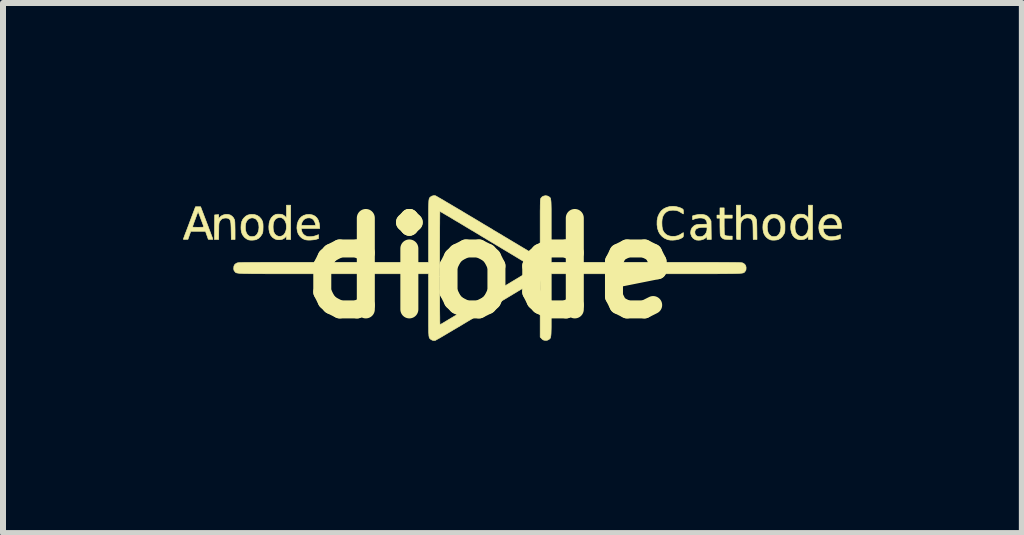
<source format=kicad_pcb>
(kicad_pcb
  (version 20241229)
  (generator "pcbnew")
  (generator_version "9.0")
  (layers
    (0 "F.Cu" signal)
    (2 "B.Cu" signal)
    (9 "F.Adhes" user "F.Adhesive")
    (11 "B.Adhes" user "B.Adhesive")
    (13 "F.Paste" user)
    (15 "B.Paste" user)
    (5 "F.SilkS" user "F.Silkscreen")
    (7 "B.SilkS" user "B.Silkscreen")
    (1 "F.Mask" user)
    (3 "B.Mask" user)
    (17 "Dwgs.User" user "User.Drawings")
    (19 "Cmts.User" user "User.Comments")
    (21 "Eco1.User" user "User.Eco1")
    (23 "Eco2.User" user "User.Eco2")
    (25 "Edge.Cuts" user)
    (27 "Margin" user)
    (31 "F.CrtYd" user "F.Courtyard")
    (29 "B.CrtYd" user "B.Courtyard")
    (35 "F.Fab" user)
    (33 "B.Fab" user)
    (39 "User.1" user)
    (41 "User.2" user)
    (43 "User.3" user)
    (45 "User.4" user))
  (footprint "diode"
    (layer "F.Cu")
    (at 5.116 1.418)
    (property "Reference" "diode" (at 0 0 0) (layer "F.SilkS") (effects (font (size 1.524 1.524) (thickness 0.3))))
    (attr through_hole)
    (fp_poly (pts (xy 3.905 -0.883) (xy 4.039 -0.883) (xy 4.039 -0.832) (xy 3.905 -0.832) (xy 3.905 -0.697) (xy 3.906 -0.657) (xy 3.906 -0.62) (xy 3.907 -0.59) (xy 3.908 -0.568) (xy 3.91 -0.556) (xy 3.91 -0.555) (xy 3.924 -0.544) (xy 3.946 -0.536) (xy 3.98 -0.534) (xy 3.991 -0.533) (xy 4.039 -0.533) (xy 4.039 -0.476) (xy 3.98 -0.477) (xy 3.951 -0.478) (xy 3.925 -0.48) (xy 3.906 -0.482) (xy 3.901 -0.483) (xy 3.876 -0.497) (xy 3.855 -0.519) (xy 3.842 -0.545) (xy 3.84 -0.559) (xy 3.838 -0.582) (xy 3.837 -0.614) (xy 3.836 -0.651) (xy 3.835 -0.692) (xy 3.835 -0.7) (xy 3.835 -0.832) (xy 3.785 -0.832) (xy 3.785 -0.883) (xy 3.835 -0.883) (xy 3.835 -1.003) (xy 3.905 -1.003) (xy 3.905 -0.883)) (stroke (width 0.01) (type solid)) (fill yes) (layer "F.SilkS"))
    (fp_poly (pts (xy -4.33 -0.885) (xy -4.327 -0.883) (xy -4.298 -0.864) (xy -4.273 -0.836) (xy -4.257 -0.804) (xy -4.255 -0.797) (xy -4.253 -0.781) (xy -4.251 -0.756) (xy -4.25 -0.721) (xy -4.249 -0.68) (xy -4.248 -0.633) (xy -4.248 -0.623) (xy -4.248 -0.476) (xy -4.31 -0.476) (xy -4.313 -0.621) (xy -4.314 -0.674) (xy -4.316 -0.716) (xy -4.318 -0.749) (xy -4.322 -0.773) (xy -4.327 -0.791) (xy -4.334 -0.805) (xy -4.342 -0.815) (xy -4.353 -0.823) (xy -4.353 -0.823) (xy -4.376 -0.832) (xy -4.404 -0.834) (xy -4.434 -0.831) (xy -4.46 -0.823) (xy -4.484 -0.805) (xy -4.501 -0.782) (xy -4.506 -0.772) (xy -4.511 -0.763) (xy -4.514 -0.752) (xy -4.516 -0.739) (xy -4.518 -0.72) (xy -4.519 -0.694) (xy -4.519 -0.66) (xy -4.52 -0.615) (xy -4.52 -0.614) (xy -4.522 -0.476) (xy -4.591 -0.476) (xy -4.59 -0.681) (xy -4.588 -0.886) (xy -4.555 -0.888) (xy -4.521 -0.89) (xy -4.521 -0.856) (xy -4.521 -0.822) (xy -4.504 -0.844) (xy -4.478 -0.868) (xy -4.444 -0.885) (xy -4.406 -0.894) (xy -4.367 -0.894) (xy -4.33 -0.885)) (stroke (width 0.01) (type solid)) (fill yes) (layer "F.SilkS"))
    (fp_poly (pts (xy -3.321 -0.476) (xy -3.391 -0.476) (xy -3.391 -0.506) (xy -3.391 -0.537) (xy -3.405 -0.518) (xy -3.43 -0.495) (xy -3.462 -0.479) (xy -3.499 -0.472) (xy -3.538 -0.472) (xy -3.576 -0.482) (xy -3.588 -0.487) (xy -3.625 -0.513) (xy -3.653 -0.547) (xy -3.672 -0.59) (xy -3.683 -0.641) (xy -3.685 -0.689) (xy -3.685 -0.689) (xy -3.614 -0.689) (xy -3.612 -0.647) (xy -3.606 -0.613) (xy -3.595 -0.586) (xy -3.583 -0.566) (xy -3.558 -0.543) (xy -3.528 -0.53) (xy -3.494 -0.528) (xy -3.465 -0.536) (xy -3.438 -0.553) (xy -3.417 -0.581) (xy -3.402 -0.615) (xy -3.393 -0.655) (xy -3.391 -0.698) (xy -3.397 -0.742) (xy -3.401 -0.755) (xy -3.416 -0.79) (xy -3.439 -0.818) (xy -3.466 -0.836) (xy -3.497 -0.844) (xy -3.519 -0.842) (xy -3.554 -0.83) (xy -3.581 -0.808) (xy -3.6 -0.775) (xy -3.611 -0.734) (xy -3.614 -0.689) (xy -3.685 -0.689) (xy -3.68 -0.747) (xy -3.666 -0.796) (xy -3.644 -0.837) (xy -3.613 -0.869) (xy -3.595 -0.881) (xy -3.577 -0.89) (xy -3.56 -0.896) (xy -3.539 -0.898) (xy -3.518 -0.898) (xy -3.483 -0.896) (xy -3.456 -0.89) (xy -3.433 -0.877) (xy -3.411 -0.857) (xy -3.391 -0.836) (xy -3.391 -1.048) (xy -3.321 -1.048) (xy -3.321 -0.476)) (stroke (width 0.01) (type solid)) (fill yes) (layer "F.SilkS"))
    (fp_poly (pts (xy 5.378 -0.476) (xy 5.309 -0.476) (xy 5.308 -0.506) (xy 5.308 -0.537) (xy 5.295 -0.518) (xy 5.27 -0.495) (xy 5.238 -0.479) (xy 5.2 -0.472) (xy 5.162 -0.472) (xy 5.124 -0.482) (xy 5.111 -0.487) (xy 5.074 -0.513) (xy 5.046 -0.547) (xy 5.027 -0.59) (xy 5.016 -0.641) (xy 5.014 -0.689) (xy 5.014 -0.689) (xy 5.085 -0.689) (xy 5.087 -0.647) (xy 5.093 -0.613) (xy 5.104 -0.586) (xy 5.117 -0.566) (xy 5.141 -0.543) (xy 5.172 -0.53) (xy 5.205 -0.528) (xy 5.234 -0.536) (xy 5.261 -0.553) (xy 5.282 -0.581) (xy 5.298 -0.615) (xy 5.307 -0.655) (xy 5.308 -0.698) (xy 5.302 -0.742) (xy 5.299 -0.755) (xy 5.283 -0.79) (xy 5.261 -0.818) (xy 5.233 -0.836) (xy 5.202 -0.844) (xy 5.181 -0.842) (xy 5.146 -0.83) (xy 5.119 -0.808) (xy 5.1 -0.775) (xy 5.089 -0.734) (xy 5.085 -0.689) (xy 5.014 -0.689) (xy 5.019 -0.747) (xy 5.033 -0.796) (xy 5.056 -0.837) (xy 5.087 -0.869) (xy 5.104 -0.881) (xy 5.122 -0.89) (xy 5.139 -0.896) (xy 5.16 -0.898) (xy 5.182 -0.898) (xy 5.216 -0.896) (xy 5.243 -0.89) (xy 5.266 -0.877) (xy 5.288 -0.857) (xy 5.309 -0.836) (xy 5.309 -1.048) (xy 5.378 -1.048) (xy 5.378 -0.476)) (stroke (width 0.01) (type solid)) (fill yes) (layer "F.SilkS"))
    (fp_poly (pts (xy -3.004 -0.894) (xy -2.957 -0.885) (xy -2.917 -0.866) (xy -2.885 -0.837) (xy -2.861 -0.799) (xy -2.846 -0.752) (xy -2.84 -0.71) (xy -2.837 -0.66) (xy -3.145 -0.66) (xy -3.142 -0.635) (xy -3.13 -0.595) (xy -3.109 -0.563) (xy -3.079 -0.54) (xy -3.045 -0.526) (xy -3.015 -0.522) (xy -2.978 -0.523) (xy -2.939 -0.529) (xy -2.903 -0.539) (xy -2.895 -0.542) (xy -2.857 -0.557) (xy -2.857 -0.491) (xy -2.894 -0.48) (xy -2.924 -0.473) (xy -2.959 -0.469) (xy -2.996 -0.466) (xy -3.032 -0.466) (xy -3.061 -0.469) (xy -3.077 -0.472) (xy -3.111 -0.486) (xy -3.139 -0.503) (xy -3.163 -0.526) (xy -3.168 -0.531) (xy -3.194 -0.569) (xy -3.21 -0.615) (xy -3.217 -0.666) (xy -3.214 -0.711) (xy -3.145 -0.711) (xy -2.908 -0.711) (xy -2.908 -0.729) (xy -2.913 -0.752) (xy -2.924 -0.777) (xy -2.938 -0.801) (xy -2.947 -0.811) (xy -2.976 -0.83) (xy -3.01 -0.837) (xy -3.048 -0.834) (xy -3.056 -0.832) (xy -3.09 -0.816) (xy -3.116 -0.791) (xy -3.134 -0.757) (xy -3.14 -0.735) (xy -3.145 -0.711) (xy -3.214 -0.711) (xy -3.214 -0.719) (xy -3.213 -0.724) (xy -3.198 -0.775) (xy -3.175 -0.819) (xy -3.143 -0.853) (xy -3.105 -0.877) (xy -3.059 -0.891) (xy -3.009 -0.894) (xy -3.004 -0.894)) (stroke (width 0.01) (type solid)) (fill yes) (layer "F.SilkS"))
    (fp_poly (pts (xy 4.178 -0.831) (xy 4.207 -0.856) (xy 4.235 -0.877) (xy 4.263 -0.89) (xy 4.294 -0.895) (xy 4.324 -0.894) (xy 4.365 -0.888) (xy 4.396 -0.873) (xy 4.421 -0.848) (xy 4.433 -0.828) (xy 4.438 -0.818) (xy 4.441 -0.808) (xy 4.444 -0.796) (xy 4.446 -0.781) (xy 4.447 -0.762) (xy 4.448 -0.735) (xy 4.449 -0.699) (xy 4.45 -0.653) (xy 4.45 -0.637) (xy 4.452 -0.476) (xy 4.389 -0.476) (xy 4.387 -0.621) (xy 4.386 -0.668) (xy 4.385 -0.705) (xy 4.384 -0.732) (xy 4.382 -0.752) (xy 4.38 -0.767) (xy 4.377 -0.779) (xy 4.373 -0.788) (xy 4.372 -0.791) (xy 4.353 -0.817) (xy 4.327 -0.832) (xy 4.294 -0.836) (xy 4.284 -0.836) (xy 4.248 -0.827) (xy 4.22 -0.81) (xy 4.198 -0.782) (xy 4.197 -0.781) (xy 4.192 -0.771) (xy 4.188 -0.761) (xy 4.185 -0.75) (xy 4.183 -0.736) (xy 4.182 -0.715) (xy 4.181 -0.688) (xy 4.18 -0.651) (xy 4.179 -0.614) (xy 4.177 -0.476) (xy 4.147 -0.476) (xy 4.128 -0.477) (xy 4.116 -0.479) (xy 4.113 -0.48) (xy 4.112 -0.488) (xy 4.111 -0.506) (xy 4.11 -0.534) (xy 4.11 -0.572) (xy 4.109 -0.617) (xy 4.109 -0.668) (xy 4.108 -0.724) (xy 4.108 -0.766) (xy 4.108 -1.048) (xy 4.178 -1.048) (xy 4.178 -0.831)) (stroke (width 0.01) (type solid)) (fill yes) (layer "F.SilkS"))
    (fp_poly (pts (xy 5.695 -0.894) (xy 5.743 -0.885) (xy 5.782 -0.866) (xy 5.814 -0.837) (xy 5.838 -0.799) (xy 5.854 -0.752) (xy 5.859 -0.71) (xy 5.863 -0.66) (xy 5.555 -0.66) (xy 5.558 -0.635) (xy 5.569 -0.595) (xy 5.59 -0.563) (xy 5.621 -0.54) (xy 5.654 -0.526) (xy 5.684 -0.522) (xy 5.721 -0.523) (xy 5.76 -0.529) (xy 5.797 -0.539) (xy 5.805 -0.542) (xy 5.842 -0.557) (xy 5.842 -0.491) (xy 5.805 -0.48) (xy 5.776 -0.473) (xy 5.74 -0.469) (xy 5.703 -0.466) (xy 5.668 -0.466) (xy 5.638 -0.469) (xy 5.623 -0.472) (xy 5.588 -0.486) (xy 5.561 -0.503) (xy 5.536 -0.526) (xy 5.532 -0.531) (xy 5.506 -0.569) (xy 5.489 -0.615) (xy 5.482 -0.666) (xy 5.485 -0.711) (xy 5.555 -0.711) (xy 5.791 -0.711) (xy 5.791 -0.729) (xy 5.787 -0.752) (xy 5.776 -0.777) (xy 5.761 -0.801) (xy 5.752 -0.811) (xy 5.723 -0.83) (xy 5.69 -0.837) (xy 5.652 -0.834) (xy 5.644 -0.832) (xy 5.61 -0.816) (xy 5.583 -0.791) (xy 5.565 -0.757) (xy 5.559 -0.735) (xy 5.555 -0.711) (xy 5.485 -0.711) (xy 5.486 -0.719) (xy 5.486 -0.724) (xy 5.501 -0.775) (xy 5.525 -0.819) (xy 5.556 -0.853) (xy 5.595 -0.877) (xy 5.64 -0.891) (xy 5.691 -0.894) (xy 5.695 -0.894)) (stroke (width 0.01) (type solid)) (fill yes) (layer "F.SilkS"))
    (fp_poly (pts (xy -4.721 -0.757) (xy -4.7 -0.702) (xy -4.681 -0.65) (xy -4.663 -0.603) (xy -4.648 -0.563) (xy -4.635 -0.529) (xy -4.625 -0.504) (xy -4.62 -0.488) (xy -4.618 -0.484) (xy -4.619 -0.479) (xy -4.629 -0.477) (xy -4.648 -0.477) (xy -4.654 -0.478) (xy -4.694 -0.479) (xy -4.741 -0.613) (xy -4.986 -0.613) (xy -5.01 -0.546) (xy -5.033 -0.479) (xy -5.073 -0.478) (xy -5.096 -0.477) (xy -5.107 -0.479) (xy -5.111 -0.482) (xy -5.11 -0.484) (xy -5.107 -0.491) (xy -5.1 -0.509) (xy -5.09 -0.537) (xy -5.077 -0.573) (xy -5.06 -0.615) (xy -5.042 -0.664) (xy -5.033 -0.687) (xy -4.958 -0.687) (xy -4.956 -0.684) (xy -4.947 -0.682) (xy -4.93 -0.68) (xy -4.903 -0.68) (xy -4.864 -0.679) (xy -4.864 -0.679) (xy -4.826 -0.68) (xy -4.799 -0.68) (xy -4.781 -0.682) (xy -4.772 -0.684) (xy -4.77 -0.687) (xy -4.77 -0.688) (xy -4.774 -0.699) (xy -4.78 -0.719) (xy -4.79 -0.745) (xy -4.801 -0.776) (xy -4.814 -0.81) (xy -4.826 -0.843) (xy -4.838 -0.875) (xy -4.849 -0.902) (xy -4.857 -0.924) (xy -4.862 -0.937) (xy -4.864 -0.94) (xy -4.867 -0.934) (xy -4.873 -0.918) (xy -4.883 -0.894) (xy -4.894 -0.864) (xy -4.907 -0.829) (xy -4.921 -0.791) (xy -4.935 -0.753) (xy -4.948 -0.715) (xy -4.958 -0.687) (xy -5.033 -0.687) (xy -5.022 -0.716) (xy -5.007 -0.757) (xy -4.907 -1.022) (xy -4.822 -1.022) (xy -4.721 -0.757)) (stroke (width 0.01) (type solid)) (fill yes) (layer "F.SilkS"))
    (fp_poly (pts (xy -3.927 -0.892) (xy -3.883 -0.879) (xy -3.845 -0.855) (xy -3.814 -0.821) (xy -3.799 -0.795) (xy -3.792 -0.779) (xy -3.787 -0.765) (xy -3.784 -0.749) (xy -3.782 -0.729) (xy -3.781 -0.701) (xy -3.781 -0.679) (xy -3.782 -0.646) (xy -3.783 -0.621) (xy -3.785 -0.603) (xy -3.788 -0.589) (xy -3.794 -0.574) (xy -3.799 -0.564) (xy -3.824 -0.526) (xy -3.856 -0.495) (xy -3.894 -0.475) (xy -3.898 -0.473) (xy -3.924 -0.468) (xy -3.955 -0.465) (xy -3.988 -0.465) (xy -4.014 -0.468) (xy -4.02 -0.469) (xy -4.055 -0.485) (xy -4.087 -0.509) (xy -4.101 -0.525) (xy -4.125 -0.557) (xy -4.14 -0.596) (xy -4.148 -0.641) (xy -4.149 -0.679) (xy -4.149 -0.68) (xy -4.077 -0.68) (xy -4.073 -0.629) (xy -4.06 -0.587) (xy -4.04 -0.555) (xy -4.011 -0.533) (xy -4.004 -0.529) (xy -3.981 -0.524) (xy -3.952 -0.524) (xy -3.925 -0.529) (xy -3.905 -0.539) (xy -3.881 -0.564) (xy -3.864 -0.597) (xy -3.853 -0.636) (xy -3.849 -0.677) (xy -3.852 -0.718) (xy -3.861 -0.757) (xy -3.878 -0.79) (xy -3.901 -0.816) (xy -3.901 -0.816) (xy -3.932 -0.832) (xy -3.965 -0.837) (xy -3.998 -0.83) (xy -4.028 -0.813) (xy -4.037 -0.805) (xy -4.058 -0.776) (xy -4.071 -0.74) (xy -4.076 -0.696) (xy -4.077 -0.68) (xy -4.149 -0.68) (xy -4.146 -0.732) (xy -4.136 -0.775) (xy -4.119 -0.811) (xy -4.101 -0.834) (xy -4.071 -0.863) (xy -4.039 -0.882) (xy -4 -0.892) (xy -3.978 -0.894) (xy -3.927 -0.892)) (stroke (width 0.01) (type solid)) (fill yes) (layer "F.SilkS"))
    (fp_poly (pts (xy 4.773 -0.892) (xy 4.817 -0.879) (xy 4.854 -0.855) (xy 4.885 -0.821) (xy 4.9 -0.795) (xy 4.908 -0.779) (xy 4.913 -0.765) (xy 4.916 -0.749) (xy 4.917 -0.729) (xy 4.918 -0.701) (xy 4.918 -0.679) (xy 4.918 -0.646) (xy 4.917 -0.621) (xy 4.915 -0.603) (xy 4.911 -0.589) (xy 4.905 -0.574) (xy 4.9 -0.564) (xy 4.875 -0.526) (xy 4.843 -0.495) (xy 4.806 -0.475) (xy 4.802 -0.473) (xy 4.776 -0.468) (xy 4.744 -0.465) (xy 4.712 -0.465) (xy 4.685 -0.468) (xy 4.68 -0.469) (xy 4.644 -0.485) (xy 4.613 -0.509) (xy 4.598 -0.525) (xy 4.575 -0.557) (xy 4.56 -0.596) (xy 4.552 -0.641) (xy 4.55 -0.679) (xy 4.55 -0.68) (xy 4.623 -0.68) (xy 4.627 -0.629) (xy 4.639 -0.587) (xy 4.66 -0.555) (xy 4.689 -0.533) (xy 4.695 -0.529) (xy 4.719 -0.524) (xy 4.747 -0.524) (xy 4.774 -0.529) (xy 4.794 -0.539) (xy 4.818 -0.564) (xy 4.836 -0.597) (xy 4.847 -0.636) (xy 4.851 -0.677) (xy 4.848 -0.718) (xy 4.838 -0.757) (xy 4.822 -0.79) (xy 4.798 -0.816) (xy 4.798 -0.816) (xy 4.767 -0.832) (xy 4.734 -0.837) (xy 4.701 -0.83) (xy 4.671 -0.813) (xy 4.662 -0.805) (xy 4.642 -0.776) (xy 4.629 -0.74) (xy 4.623 -0.696) (xy 4.623 -0.68) (xy 4.55 -0.68) (xy 4.553 -0.732) (xy 4.563 -0.775) (xy 4.581 -0.811) (xy 4.598 -0.834) (xy 4.628 -0.863) (xy 4.661 -0.882) (xy 4.699 -0.892) (xy 4.722 -0.894) (xy 4.773 -0.892)) (stroke (width 0.01) (type solid)) (fill yes) (layer "F.SilkS"))
    (fp_poly (pts (xy 3.081 -1.027) (xy 3.116 -1.021) (xy 3.15 -1.012) (xy 3.181 -1.001) (xy 3.205 -0.989) (xy 3.22 -0.977) (xy 3.221 -0.975) (xy 3.223 -0.967) (xy 3.225 -0.951) (xy 3.226 -0.932) (xy 3.226 -0.915) (xy 3.225 -0.904) (xy 3.223 -0.902) (xy 3.217 -0.905) (xy 3.204 -0.913) (xy 3.189 -0.923) (xy 3.148 -0.947) (xy 3.108 -0.96) (xy 3.064 -0.964) (xy 3.039 -0.964) (xy 2.997 -0.959) (xy 2.963 -0.948) (xy 2.935 -0.93) (xy 2.913 -0.909) (xy 2.894 -0.883) (xy 2.88 -0.852) (xy 2.871 -0.816) (xy 2.867 -0.771) (xy 2.867 -0.746) (xy 2.869 -0.696) (xy 2.875 -0.656) (xy 2.886 -0.623) (xy 2.903 -0.595) (xy 2.913 -0.583) (xy 2.94 -0.558) (xy 2.969 -0.542) (xy 3.005 -0.532) (xy 3.039 -0.528) (xy 3.087 -0.529) (xy 3.128 -0.538) (xy 3.168 -0.556) (xy 3.189 -0.569) (xy 3.206 -0.58) (xy 3.219 -0.588) (xy 3.223 -0.591) (xy 3.225 -0.585) (xy 3.226 -0.57) (xy 3.226 -0.556) (xy 3.225 -0.535) (xy 3.221 -0.521) (xy 3.213 -0.511) (xy 3.209 -0.509) (xy 3.179 -0.491) (xy 3.141 -0.478) (xy 3.097 -0.469) (xy 3.05 -0.465) (xy 3.005 -0.466) (xy 2.966 -0.473) (xy 2.916 -0.494) (xy 2.873 -0.524) (xy 2.838 -0.562) (xy 2.811 -0.609) (xy 2.794 -0.663) (xy 2.786 -0.722) (xy 2.787 -0.787) (xy 2.788 -0.797) (xy 2.801 -0.857) (xy 2.824 -0.908) (xy 2.855 -0.952) (xy 2.895 -0.986) (xy 2.943 -1.01) (xy 2.997 -1.025) (xy 3.048 -1.029) (xy 3.081 -1.027)) (stroke (width 0.01) (type solid)) (fill yes) (layer "F.SilkS"))
    (fp_poly (pts (xy 3.546 -0.893) (xy 3.59 -0.884) (xy 3.627 -0.865) (xy 3.655 -0.837) (xy 3.668 -0.817) (xy 3.686 -0.784) (xy 3.688 -0.63) (xy 3.69 -0.476) (xy 3.619 -0.476) (xy 3.619 -0.529) (xy 3.606 -0.512) (xy 3.583 -0.492) (xy 3.552 -0.477) (xy 3.516 -0.467) (xy 3.478 -0.464) (xy 3.442 -0.467) (xy 3.419 -0.475) (xy 3.386 -0.498) (xy 3.363 -0.528) (xy 3.349 -0.565) (xy 3.346 -0.594) (xy 3.347 -0.599) (xy 3.416 -0.599) (xy 3.419 -0.575) (xy 3.425 -0.556) (xy 3.427 -0.553) (xy 3.447 -0.535) (xy 3.474 -0.524) (xy 3.506 -0.522) (xy 3.538 -0.528) (xy 3.556 -0.535) (xy 3.583 -0.556) (xy 3.603 -0.585) (xy 3.616 -0.62) (xy 3.619 -0.648) (xy 3.619 -0.679) (xy 3.569 -0.679) (xy 3.518 -0.677) (xy 3.478 -0.67) (xy 3.448 -0.658) (xy 3.429 -0.641) (xy 3.418 -0.618) (xy 3.416 -0.599) (xy 3.347 -0.599) (xy 3.352 -0.635) (xy 3.369 -0.67) (xy 3.397 -0.699) (xy 3.419 -0.713) (xy 3.432 -0.719) (xy 3.446 -0.723) (xy 3.464 -0.726) (xy 3.49 -0.728) (xy 3.525 -0.729) (xy 3.532 -0.729) (xy 3.619 -0.731) (xy 3.619 -0.751) (xy 3.614 -0.778) (xy 3.598 -0.803) (xy 3.576 -0.822) (xy 3.574 -0.824) (xy 3.55 -0.831) (xy 3.519 -0.835) (xy 3.483 -0.834) (xy 3.448 -0.829) (xy 3.417 -0.82) (xy 3.416 -0.82) (xy 3.397 -0.813) (xy 3.384 -0.808) (xy 3.38 -0.806) (xy 3.379 -0.812) (xy 3.378 -0.827) (xy 3.378 -0.838) (xy 3.378 -0.869) (xy 3.412 -0.88) (xy 3.435 -0.885) (xy 3.465 -0.89) (xy 3.494 -0.893) (xy 3.546 -0.893)) (stroke (width 0.01) (type solid)) (fill yes) (layer "F.SilkS"))
    (fp_poly (pts (xy -0.911 -1.206) (xy -0.903 -1.203) (xy -0.885 -1.193) (xy -0.858 -1.177) (xy -0.821 -1.156) (xy -0.776 -1.13) (xy -0.723 -1.098) (xy -0.663 -1.063) (xy -0.596 -1.023) (xy -0.523 -0.98) (xy -0.444 -0.933) (xy -0.361 -0.883) (xy -0.273 -0.831) (xy -0.181 -0.776) (xy -0.087 -0.719) (xy -0.032 -0.687) (xy 0.063 -0.629) (xy 0.156 -0.574) (xy 0.246 -0.52) (xy 0.331 -0.469) (xy 0.412 -0.421) (xy 0.487 -0.376) (xy 0.557 -0.334) (xy 0.62 -0.297) (xy 0.676 -0.263) (xy 0.724 -0.235) (xy 0.765 -0.211) (xy 0.796 -0.192) (xy 0.818 -0.179) (xy 0.83 -0.173) (xy 0.832 -0.171) (xy 0.833 -0.178) (xy 0.834 -0.196) (xy 0.835 -0.226) (xy 0.836 -0.266) (xy 0.837 -0.316) (xy 0.837 -0.376) (xy 0.838 -0.445) (xy 0.838 -0.521) (xy 0.838 -0.605) (xy 0.838 -0.658) (xy 0.838 -0.748) (xy 0.838 -0.827) (xy 0.838 -0.894) (xy 0.838 -0.951) (xy 0.839 -0.999) (xy 0.839 -1.039) (xy 0.84 -1.071) (xy 0.84 -1.097) (xy 0.841 -1.117) (xy 0.842 -1.132) (xy 0.844 -1.143) (xy 0.845 -1.151) (xy 0.847 -1.157) (xy 0.849 -1.162) (xy 0.851 -1.165) (xy 0.872 -1.188) (xy 0.899 -1.201) (xy 0.93 -1.206) (xy 0.96 -1.201) (xy 0.979 -1.192) (xy 0.986 -1.187) (xy 0.993 -1.183) (xy 0.999 -1.178) (xy 1.004 -1.172) (xy 1.008 -1.164) (xy 1.012 -1.153) (xy 1.014 -1.139) (xy 1.017 -1.12) (xy 1.019 -1.096) (xy 1.02 -1.066) (xy 1.021 -1.028) (xy 1.022 -0.983) (xy 1.022 -0.93) (xy 1.022 -0.867) (xy 1.022 -0.794) (xy 1.022 -0.709) (xy 1.022 -0.614) (xy 1.022 -0.095) (xy 2.608 -0.095) (xy 2.775 -0.095) (xy 2.931 -0.095) (xy 3.074 -0.095) (xy 3.206 -0.095) (xy 3.328 -0.095) (xy 3.439 -0.095) (xy 3.54 -0.095) (xy 3.632 -0.095) (xy 3.715 -0.095) (xy 3.789 -0.095) (xy 3.856 -0.094) (xy 3.915 -0.094) (xy 3.967 -0.094) (xy 4.012 -0.093) (xy 4.051 -0.093) (xy 4.085 -0.093) (xy 4.114 -0.092) (xy 4.137 -0.092) (xy 4.157 -0.091) (xy 4.173 -0.09) (xy 4.185 -0.089) (xy 4.195 -0.088) (xy 4.203 -0.088) (xy 4.208 -0.086) (xy 4.212 -0.085) (xy 4.216 -0.084) (xy 4.219 -0.083) (xy 4.219 -0.082) (xy 4.246 -0.065) (xy 4.262 -0.043) (xy 4.27 -0.015) (xy 4.27 0.001) (xy 4.269 0.024) (xy 4.265 0.039) (xy 4.256 0.052) (xy 4.251 0.058) (xy 4.248 0.061) (xy 4.245 0.065) (xy 4.243 0.069) (xy 4.24 0.072) (xy 4.236 0.075) (xy 4.232 0.077) (xy 4.225 0.08) (xy 4.217 0.082) (xy 4.206 0.084) (xy 4.191 0.086) (xy 4.174 0.087) (xy 4.152 0.089) (xy 4.126 0.09) (xy 4.095 0.091) (xy 4.058 0.092) (xy 4.016 0.093) (xy 3.967 0.093) (xy 3.912 0.094) (xy 3.849 0.094) (xy 3.778 0.095) (xy 3.7 0.095) (xy 3.612 0.095) (xy 3.516 0.095) (xy 3.41 0.095) (xy 3.294 0.095) (xy 3.167 0.095) (xy 3.029 0.095) (xy 2.88 0.095) (xy 2.719 0.095) (xy 2.607 0.095) (xy 1.022 0.095) (xy 1.022 0.614) (xy 1.022 0.71) (xy 1.022 0.794) (xy 1.022 0.868) (xy 1.022 0.93) (xy 1.022 0.984) (xy 1.021 1.029) (xy 1.02 1.066) (xy 1.019 1.096) (xy 1.017 1.12) (xy 1.014 1.139) (xy 1.011 1.153) (xy 1.008 1.164) (xy 1.004 1.172) (xy 0.998 1.178) (xy 0.993 1.183) (xy 0.986 1.188) (xy 0.978 1.193) (xy 0.978 1.193) (xy 0.961 1.202) (xy 0.945 1.205) (xy 0.922 1.205) (xy 0.921 1.205) (xy 0.9 1.202) (xy 0.885 1.196) (xy 0.87 1.184) (xy 0.863 1.176) (xy 0.838 1.15) (xy 0.838 0.66) (xy 0.838 0.569) (xy 0.838 0.491) (xy 0.838 0.423) (xy 0.838 0.366) (xy 0.838 0.318) (xy 0.837 0.278) (xy 0.837 0.247) (xy 0.836 0.222) (xy 0.835 0.203) (xy 0.834 0.19) (xy 0.833 0.181) (xy 0.832 0.176) (xy 0.83 0.173) (xy 0.828 0.173) (xy 0.827 0.173) (xy 0.82 0.177) (xy 0.804 0.186) (xy 0.777 0.202) (xy 0.741 0.223) (xy 0.697 0.249) (xy 0.645 0.28) (xy 0.585 0.316) (xy 0.519 0.355) (xy 0.447 0.398) (xy 0.369 0.445) (xy 0.286 0.495) (xy 0.199 0.547) (xy 0.108 0.602) (xy 0.014 0.658) (xy -0.038 0.689) (xy -0.134 0.747) (xy -0.227 0.802) (xy -0.316 0.856) (xy -0.402 0.907) (xy -0.483 0.956) (xy -0.559 1.001) (xy -0.629 1.042) (xy -0.693 1.08) (xy -0.75 1.114) (xy -0.799 1.143) (xy -0.84 1.167) (xy -0.873 1.185) (xy -0.895 1.198) (xy -0.908 1.205) (xy -0.911 1.206) (xy -0.931 1.208) (xy -0.952 1.205) (xy -0.953 1.205) (xy -0.972 1.197) (xy -0.989 1.186) (xy -0.99 1.185) (xy -0.995 1.18) (xy -1 1.175) (xy -1.005 1.17) (xy -1.009 1.163) (xy -1.012 1.154) (xy -1.014 1.143) (xy -1.017 1.127) (xy -1.018 1.107) (xy -1.02 1.081) (xy -1.021 1.049) (xy -1.021 1.009) (xy -1.022 0.962) (xy -1.022 0.906) (xy -1.022 0.84) (xy -1.022 0.764) (xy -1.022 0.676) (xy -1.022 0.616) (xy -1.022 0.095) (xy -2.607 0.095) (xy -2.776 0.095) (xy -2.933 0.095) (xy -3.078 0.095) (xy -3.212 0.095) (xy -3.335 0.095) (xy -3.447 0.095) (xy -3.55 0.095) (xy -3.643 0.095) (xy -3.728 0.095) (xy -3.804 0.094) (xy -3.871 0.094) (xy -3.932 0.094) (xy -3.985 0.093) (xy -4.031 0.092) (xy -4.071 0.091) (xy -4.106 0.091) (xy -4.135 0.089) (xy -4.16 0.088) (xy -4.18 0.087) (xy -4.197 0.085) (xy -4.21 0.083) (xy -4.22 0.081) (xy -4.228 0.079) (xy -4.233 0.076) (xy -4.238 0.074) (xy -4.241 0.071) (xy -4.244 0.067) (xy -4.246 0.064) (xy -4.249 0.06) (xy -4.251 0.058) (xy -4.263 0.044) (xy -4.268 0.03) (xy -4.27 0.011) (xy -4.27 0.001) (xy -4.27 0.001) (xy -0.838 0.001) (xy -0.838 0.144) (xy -0.838 0.276) (xy -0.838 0.396) (xy -0.837 0.505) (xy -0.837 0.602) (xy -0.837 0.688) (xy -0.836 0.761) (xy -0.835 0.822) (xy -0.835 0.871) (xy -0.834 0.908) (xy -0.833 0.932) (xy -0.832 0.944) (xy -0.832 0.945) (xy -0.826 0.942) (xy -0.809 0.932) (xy -0.783 0.917) (xy -0.748 0.896) (xy -0.705 0.87) (xy -0.653 0.839) (xy -0.595 0.804) (xy -0.53 0.765) (xy -0.459 0.723) (xy -0.382 0.677) (xy -0.301 0.628) (xy -0.216 0.577) (xy -0.127 0.524) (xy -0.042 0.473) (xy 0.05 0.418) (xy 0.138 0.365) (xy 0.223 0.314) (xy 0.304 0.266) (xy 0.38 0.22) (xy 0.45 0.178) (xy 0.514 0.139) (xy 0.572 0.104) (xy 0.622 0.074) (xy 0.664 0.048) (xy 0.698 0.028) (xy 0.723 0.013) (xy 0.738 0.003) (xy 0.743 0) (xy 0.737 -0.004) (xy 0.722 -0.013) (xy 0.697 -0.029) (xy 0.663 -0.049) (xy 0.622 -0.074) (xy 0.573 -0.104) (xy 0.518 -0.137) (xy 0.457 -0.174) (xy 0.391 -0.214) (xy 0.321 -0.256) (xy 0.247 -0.3) (xy 0.171 -0.346) (xy 0.093 -0.393) (xy 0.013 -0.441) (xy -0.067 -0.489) (xy -0.147 -0.537) (xy -0.226 -0.585) (xy -0.304 -0.631) (xy -0.379 -0.676) (xy -0.45 -0.719) (xy -0.518 -0.76) (xy -0.582 -0.797) (xy -0.639 -0.832) (xy -0.691 -0.863) (xy -0.736 -0.889) (xy -0.773 -0.911) (xy -0.802 -0.928) (xy -0.822 -0.94) (xy -0.832 -0.946) (xy -0.833 -0.946) (xy -0.834 -0.94) (xy -0.834 -0.922) (xy -0.835 -0.892) (xy -0.835 -0.852) (xy -0.836 -0.802) (xy -0.836 -0.743) (xy -0.837 -0.675) (xy -0.837 -0.599) (xy -0.837 -0.516) (xy -0.838 -0.427) (xy -0.838 -0.332) (xy -0.838 -0.232) (xy -0.838 -0.128) (xy -0.838 -0.02) (xy -0.838 0.001) (xy -4.27 0.001) (xy -4.267 -0.031) (xy -4.255 -0.056) (xy -4.233 -0.075) (xy -4.219 -0.082) (xy -4.216 -0.084) (xy -4.213 -0.085) (xy -4.209 -0.086) (xy -4.204 -0.087) (xy -4.197 -0.088) (xy -4.188 -0.089) (xy -4.176 -0.09) (xy -4.161 -0.091) (xy -4.142 -0.091) (xy -4.119 -0.092) (xy -4.092 -0.093) (xy -4.059 -0.093) (xy -4.021 -0.093) (xy -3.977 -0.094) (xy -3.927 -0.094) (xy -3.869 -0.094) (xy -3.804 -0.095) (xy -3.732 -0.095) (xy -3.65 -0.095) (xy -3.561 -0.095) (xy -3.461 -0.095) (xy -3.352 -0.095) (xy -3.233 -0.095) (xy -3.103 -0.095) (xy -2.962 -0.095) (xy -2.809 -0.095) (xy -2.644 -0.095) (xy -1.022 -0.095) (xy -1.022 -0.616) (xy -1.022 -0.711) (xy -1.022 -0.795) (xy -1.022 -0.867) (xy -1.022 -0.929) (xy -1.022 -0.981) (xy -1.021 -1.026) (xy -1.02 -1.062) (xy -1.019 -1.092) (xy -1.018 -1.115) (xy -1.016 -1.134) (xy -1.013 -1.148) (xy -1.011 -1.158) (xy -1.007 -1.166) (xy -1.003 -1.172) (xy -0.999 -1.177) (xy -0.993 -1.182) (xy -0.99 -1.185) (xy -0.966 -1.2) (xy -0.936 -1.207) (xy -0.911 -1.206)) (stroke (width 0.01) (type solid)) (fill yes) (layer "F.SilkS")))
  (gr_rect
    (start -3 -3)
    (end 13.983 5.836)
    (stroke (width 0.1) (type default))
    (fill no)
    (layer "Edge.Cuts")))
</source>
